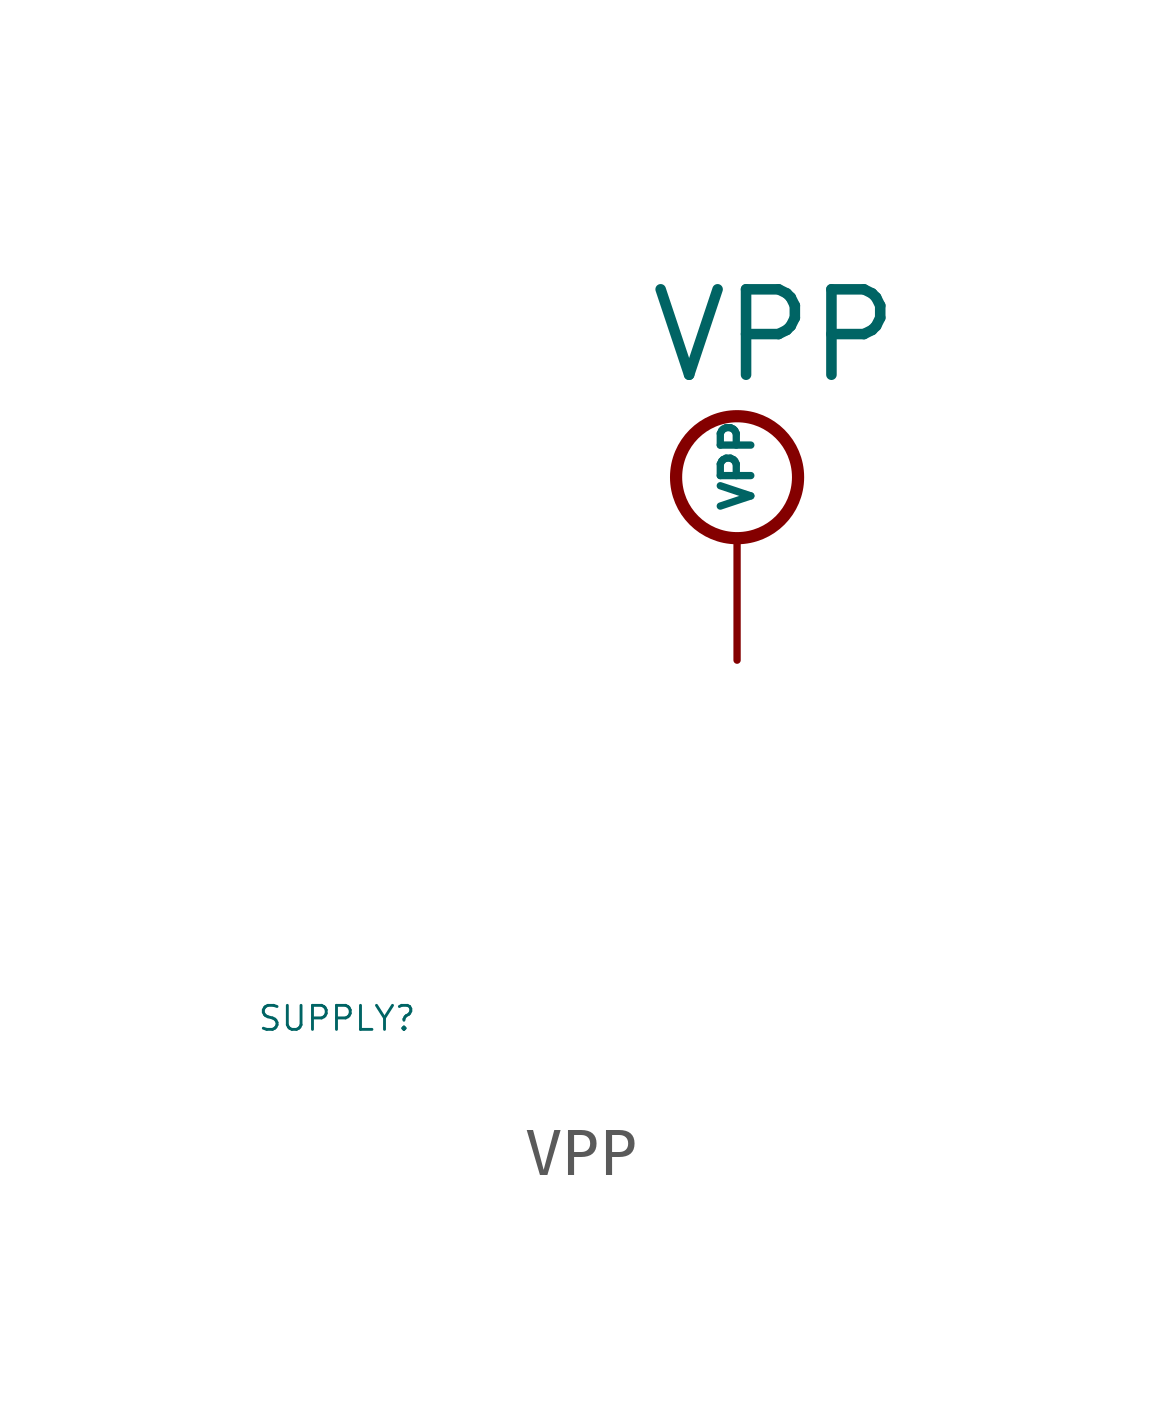
<source format=kicad_sym>
(kicad_symbol_lib
  (version 20220914)
  (generator Eagle2Kicad)
  (symbol "VPP"
    (property "Reference" "SUPPLY"
      (at -10 -10 0)
      (effects (font (size 0.5 0.5) (thickness 0.06)) (justify left)))
    (property "Value" "VPP"
      (at -1.905 3.175 0)
      (effects (font (size 1.778 1.778) (thickness 0.22)) (justify left bottom)))
    (circle
      (center 0 1.27)
      (radius 1.27)
      (stroke (width 0.254) (type default))
      (fill (type none)))
    (pin unspecified line
      (at 0 -2.54 90)
      (length 2.54)
      (name "VPP" (effects (font (size 0.635 0.635) (thickness 0.08)) (justify left bottom)))
      (number "" (effects (font (size 0.635 0.635) (thickness 0.08)) (justify left bottom))))))
</source>
